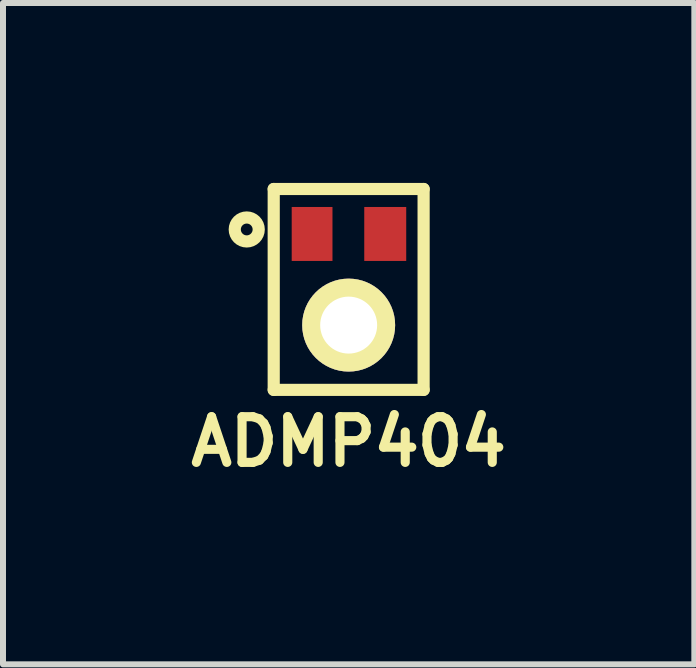
<source format=kicad_pcb>
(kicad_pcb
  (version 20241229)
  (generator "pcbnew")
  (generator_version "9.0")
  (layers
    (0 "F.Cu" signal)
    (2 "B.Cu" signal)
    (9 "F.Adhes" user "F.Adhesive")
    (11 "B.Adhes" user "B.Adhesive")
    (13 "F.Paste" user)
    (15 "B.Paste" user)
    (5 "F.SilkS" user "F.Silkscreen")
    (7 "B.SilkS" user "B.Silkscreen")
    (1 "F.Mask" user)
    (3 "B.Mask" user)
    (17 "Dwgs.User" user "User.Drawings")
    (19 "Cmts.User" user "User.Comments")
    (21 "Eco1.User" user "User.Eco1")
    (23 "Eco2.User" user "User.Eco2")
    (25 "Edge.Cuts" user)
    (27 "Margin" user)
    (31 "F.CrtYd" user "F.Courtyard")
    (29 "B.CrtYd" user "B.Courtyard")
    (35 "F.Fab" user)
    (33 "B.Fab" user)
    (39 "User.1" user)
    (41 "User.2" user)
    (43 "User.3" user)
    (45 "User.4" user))
  (footprint "ADMP404"
    (layer "F.Cu")
    (at 2.765 1.777)
    (property "Reference" "ADMP404" (at 0 2.54 0) (layer "F.SilkS") (effects (font (size 0.762 0.762) (thickness 0.152))))
    (attr smd)
    (fp_line (start -1.25 -1.675) (end -1.25 1.675) (stroke (width 0.203) (type solid)) (layer "F.SilkS"))
    (fp_line (start -1.25 1.675) (end 1.25 1.675) (stroke (width 0.203) (type solid)) (layer "F.SilkS"))
    (fp_line (start 1.25 -1.675) (end -1.25 -1.675) (stroke (width 0.203) (type solid)) (layer "F.SilkS"))
    (fp_line (start 1.25 1.675) (end 1.25 -1.675) (stroke (width 0.203) (type solid)) (layer "F.SilkS"))
    (fp_circle (center -1.7 -1) (end -1.5 -1) (stroke (width 0.203) (type solid)) (fill no) (layer "F.SilkS"))
    (pad "1" smd rect (at -0.61 -0.925 90) (size 0.9 0.68) (layers "F.Cu" "F.Mask" "F.Paste"))
    (pad "2" thru_hole circle (at 0 0.595) (size 1.55 1.55) (drill 0.95) (layers "*.Mask" "F.Cu" "F.SilkS" "F.Paste"))
    (pad "3" smd rect (at 0.61 -0.925 90) (size 0.9 0.7) (layers "F.Cu" "F.Mask" "F.Paste")))
  (gr_rect
    (start -3 -3)
    (end 8.53 8.03)
    (stroke (width 0.1) (type default))
    (fill no)
    (layer "Edge.Cuts")))
</source>
